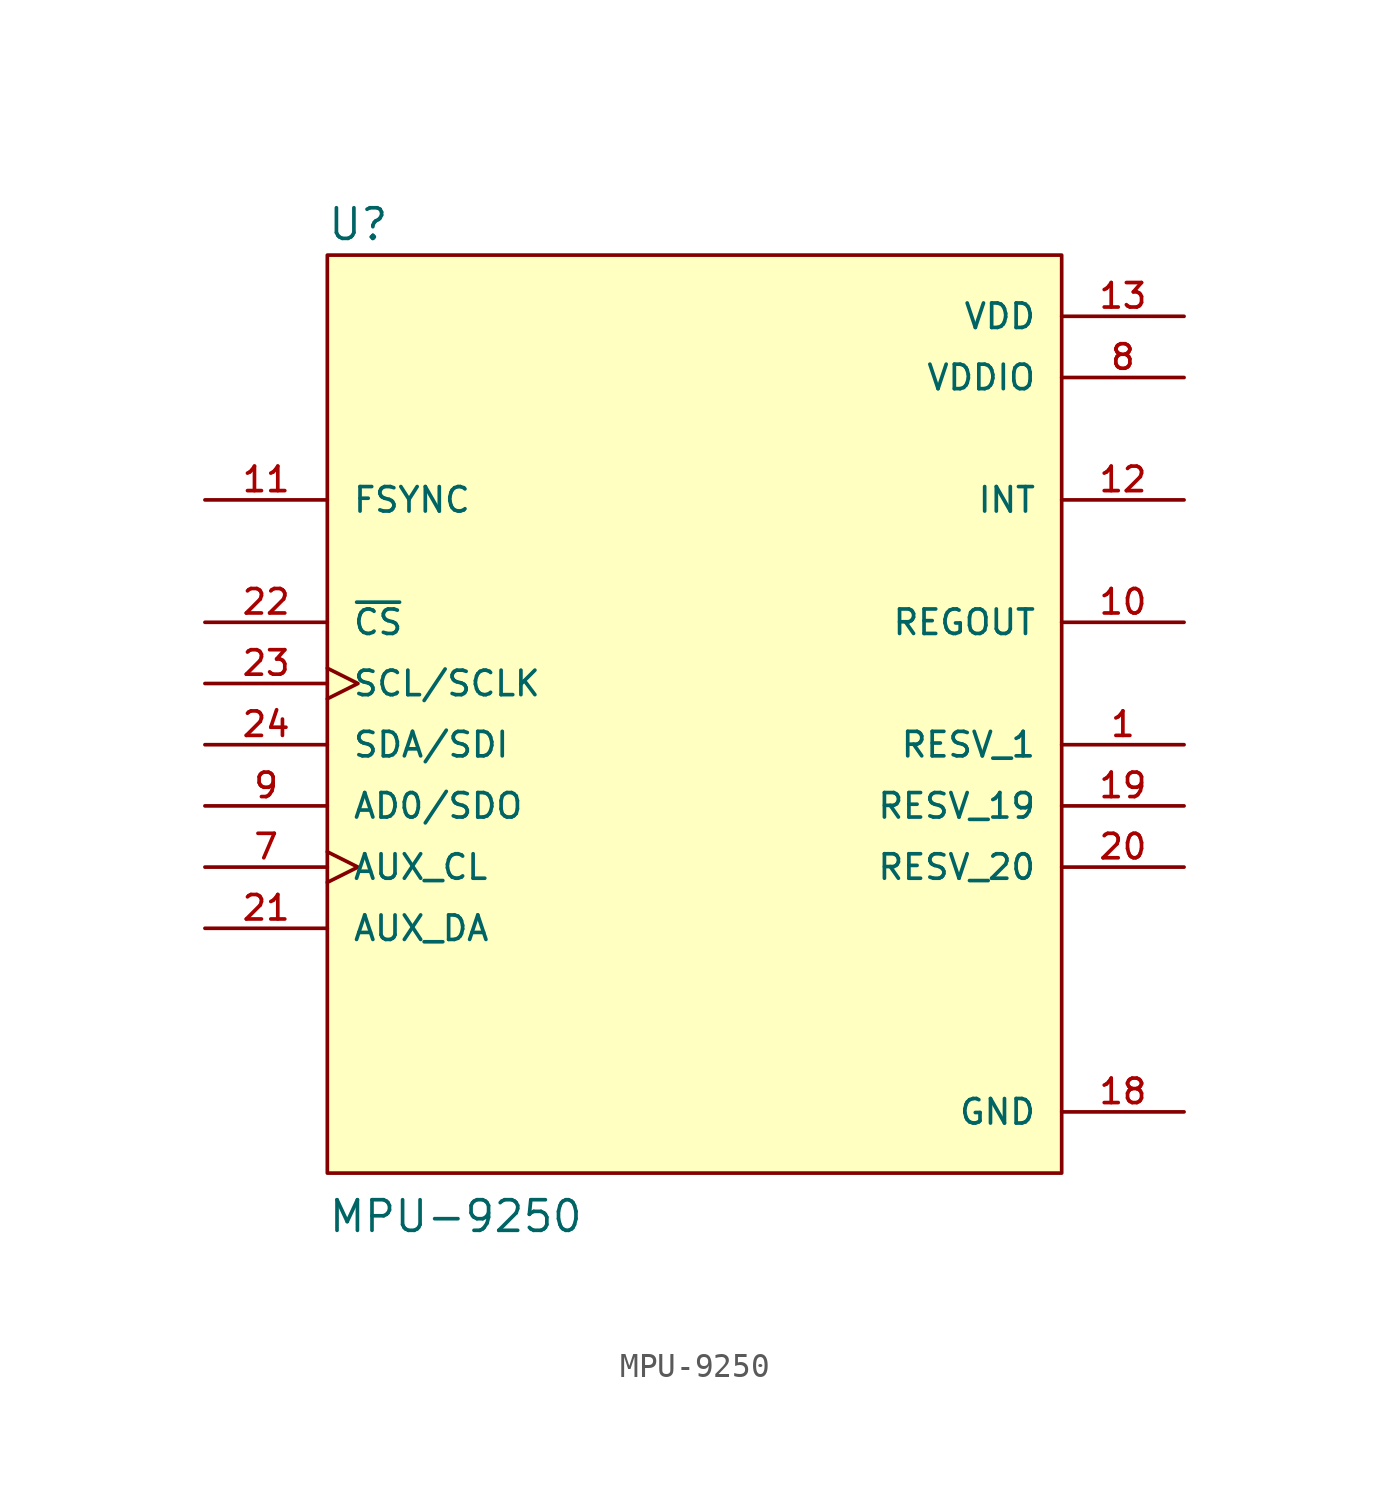
<source format=kicad_sym>
(kicad_symbol_lib
  (version 20211014)
  (generator kicad_symbol_editor)
  (symbol "MPU-9250"
    (pin_names
      (offset 1.016))
    (property "Reference" "U"
      (at -15.265 20.853 0)
      (effects (font (size 1.27 1.27)) (justify left bottom)))
    (property "Value" "MPU-9250"
      (at -15.24 -20.32 0)
      (effects (font (size 1.27 1.27)) (justify left bottom)))
    (property "ki_locked" ""
      (at 0 0 0)
      (effects (font (size 1.27 1.27))))
    (symbol "MPU-9250_0_0"
      (rectangle (start -15.24 -17.78) (end 15.24 20.32) (stroke (width 0.152) (type default) (color 0 0 0 0)) (fill (type background)))
      (pin passive line (at 20.32 0 180) (length 5.08) (name "RESV_1" (effects (font (size 1.016 1.016)))) (number "1" (effects (font (size 1.016 1.016)))))
      (pin output line (at 20.32 5.08 180) (length 5.08) (name "REGOUT" (effects (font (size 1.016 1.016)))) (number "10" (effects (font (size 1.016 1.016)))))
      (pin input line (at -20.32 10.16 0) (length 5.08) (name "FSYNC" (effects (font (size 1.016 1.016)))) (number "11" (effects (font (size 1.016 1.016)))))
      (pin output line (at 20.32 10.16 180) (length 5.08) (name "INT" (effects (font (size 1.016 1.016)))) (number "12" (effects (font (size 1.016 1.016)))))
      (pin power_in line (at 20.32 17.78 180) (length 5.08) (name "VDD" (effects (font (size 1.016 1.016)))) (number "13" (effects (font (size 1.016 1.016)))))
      (pin power_in line (at 20.32 -15.24 180) (length 5.08) (name "GND" (effects (font (size 1.016 1.016)))) (number "18" (effects (font (size 1.016 1.016)))))
      (pin passive line (at 20.32 -2.54 180) (length 5.08) (name "RESV_19" (effects (font (size 1.016 1.016)))) (number "19" (effects (font (size 1.016 1.016)))))
      (pin passive line (at 20.32 -5.08 180) (length 5.08) (name "RESV_20" (effects (font (size 1.016 1.016)))) (number "20" (effects (font (size 1.016 1.016)))))
      (pin input line (at -20.32 -7.62 0) (length 5.08) (name "AUX_DA" (effects (font (size 1.016 1.016)))) (number "21" (effects (font (size 1.016 1.016)))))
      (pin input line (at -20.32 5.08 0) (length 5.08) (name "~{CS}" (effects (font (size 1.016 1.016)))) (number "22" (effects (font (size 1.016 1.016)))))
      (pin input clock (at -20.32 2.54 0) (length 5.08) (name "SCL/SCLK" (effects (font (size 1.016 1.016)))) (number "23" (effects (font (size 1.016 1.016)))))
      (pin bidirectional line (at -20.32 0 0) (length 5.08) (name "SDA/SDI" (effects (font (size 1.016 1.016)))) (number "24" (effects (font (size 1.016 1.016)))))
      (pin input clock (at -20.32 -5.08 0) (length 5.08) (name "AUX_CL" (effects (font (size 1.016 1.016)))) (number "7" (effects (font (size 1.016 1.016)))))
      (pin power_in line (at 20.32 15.24 180) (length 5.08) (name "VDDIO" (effects (font (size 1.016 1.016)))) (number "8" (effects (font (size 1.016 1.016)))))
      (pin output line (at -20.32 -2.54 0) (length 5.08) (name "AD0/SDO" (effects (font (size 1.016 1.016)))) (number "9" (effects (font (size 1.016 1.016))))))))
</source>
